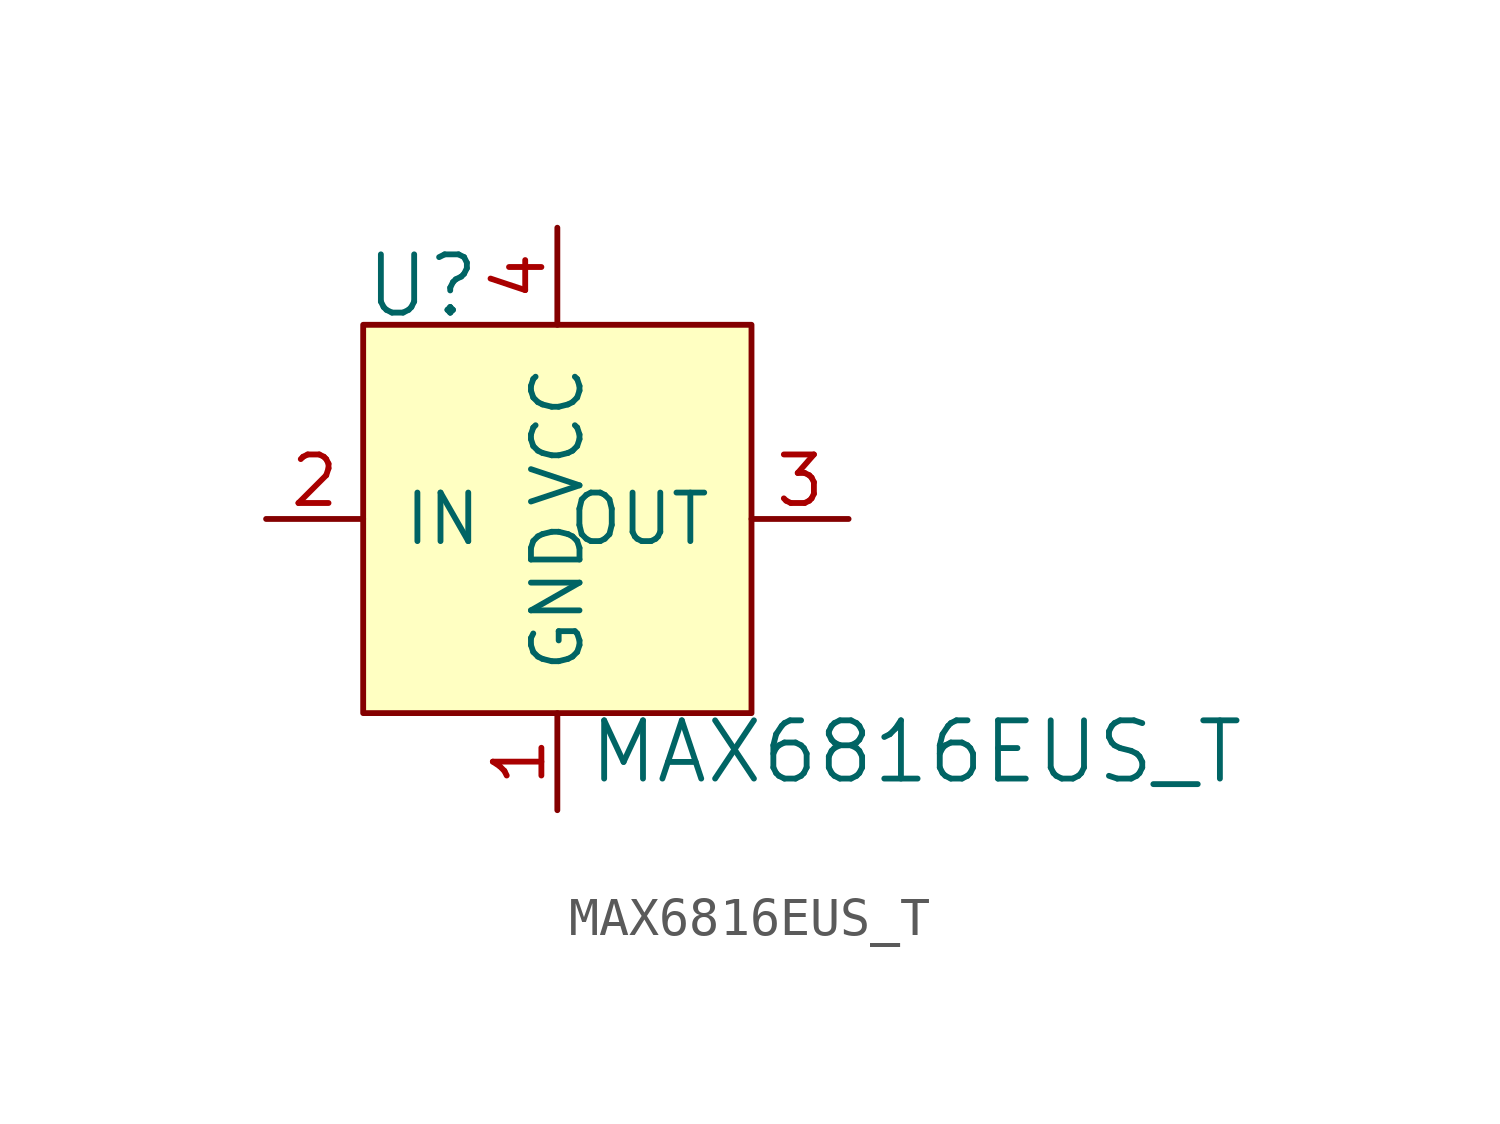
<source format=kicad_sym>
(kicad_symbol_lib
  (version 20231120)
  (generator "kicad_symbol_editor")
  (generator_version "8.0")
  (symbol "MAX6816EUS_T"
    (pin_names
      (offset 1.016))
    (property "Reference" "U"
      (at -5.08 1.016 0)
      (effects (font (size 1.524 1.524)) (justify left)))
    (property "Value" "MAX6816EUS_T"
      (at 0.762 -11.176 0)
      (effects (font (size 1.524 1.524)) (justify left)))
    (symbol "MAX6816EUS_T_0_1"
      (rectangle (start -5.08 0) (end 5.08 -10.16) (stroke (width 0) (type default)) (fill (type background))))
    (symbol "MAX6816EUS_T_1_1"
      (pin power_in line (at 0 -12.7 90) (length 2.54) (name "GND" (effects (font (size 1.27 1.27)))) (number "1" (effects (font (size 1.27 1.27)))))
      (pin input line (at -7.62 -5.08 0) (length 2.54) (name "IN" (effects (font (size 1.27 1.27)))) (number "2" (effects (font (size 1.27 1.27)))))
      (pin output line (at 7.62 -5.08 180) (length 2.54) (name "OUT" (effects (font (size 1.27 1.27)))) (number "3" (effects (font (size 1.27 1.27)))))
      (pin power_in line (at 0 2.54 270) (length 2.54) (name "VCC" (effects (font (size 1.27 1.27)))) (number "4" (effects (font (size 1.27 1.27))))))))
</source>
